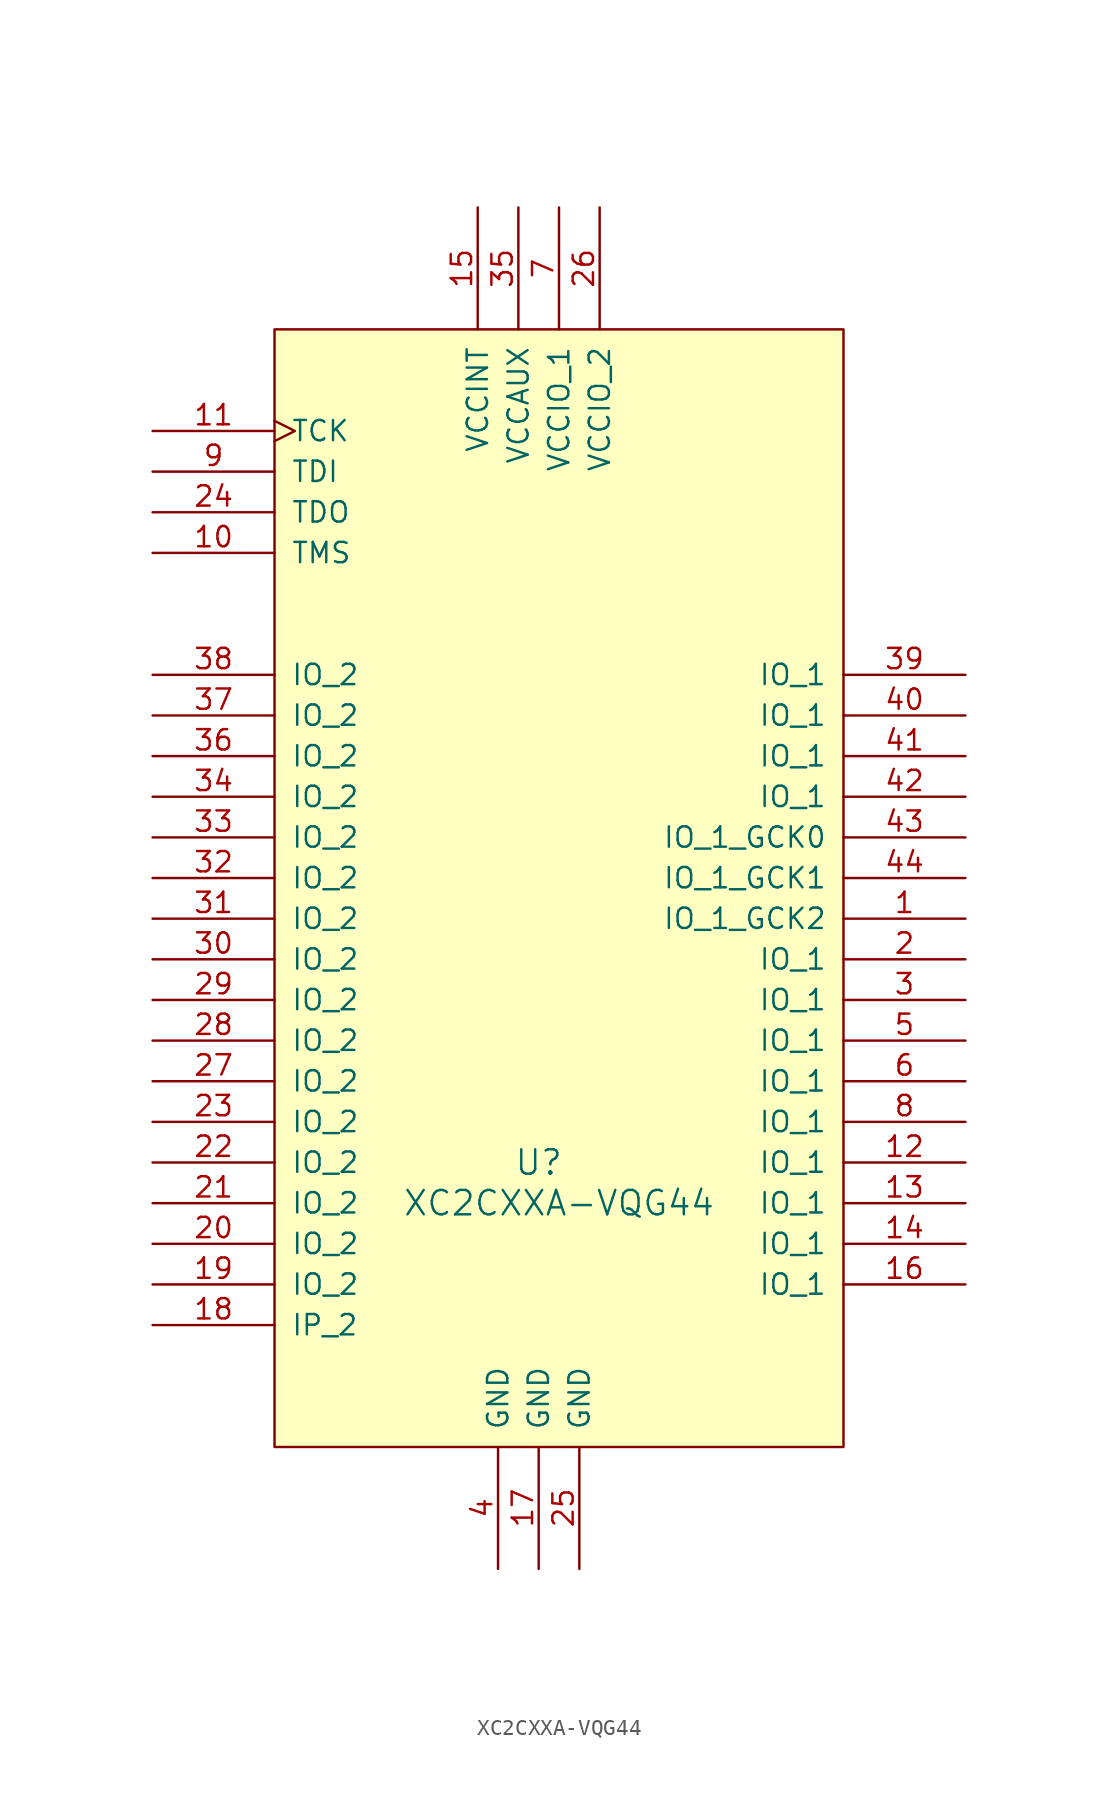
<source format=kicad_sym>
(kicad_symbol_lib
  (version 20211014)
  (generator kicad_symbol_editor)
  (symbol "XC2CXXA-VQG44"
    (pin_names
      (offset 1.016))
    (property "Reference" "U"
      (at 0 -17.78 0)
      (effects (font (size 1.524 1.524))))
    (property "Value" "XC2CXXA-VQG44"
      (at 1.27 -20.32 0)
      (effects (font (size 1.524 1.524))))
    (property "Footprint" ""
      (at 0 0 0)
      (effects (font (size 1.524 1.524))))
    (property "Datasheet" ""
      (at 0 0 0)
      (effects (font (size 1.524 1.524))))
    (symbol "XC2CXXA-VQG44_0_0"
      (rectangle (start -16.51 34.29) (end 19.05 -35.56) (stroke (width 0) (type default) (color 0 0 0 0)) (fill (type background))))
    (symbol "XC2CXXA-VQG44_1_1"
      (pin bidirectional line (at 26.67 -2.54 180) (length 7.62) (name "IO_1_GCK2" (effects (font (size 1.27 1.27)))) (number "1" (effects (font (size 1.27 1.27)))))
      (pin input line (at -24.13 20.32 0) (length 7.62) (name "TMS" (effects (font (size 1.27 1.27)))) (number "10" (effects (font (size 1.27 1.27)))))
      (pin input clock (at -24.13 27.94 0) (length 7.62) (name "TCK" (effects (font (size 1.27 1.27)))) (number "11" (effects (font (size 1.27 1.27)))))
      (pin bidirectional line (at 26.67 -17.78 180) (length 7.62) (name "IO_1" (effects (font (size 1.27 1.27)))) (number "12" (effects (font (size 1.27 1.27)))))
      (pin bidirectional line (at 26.67 -20.32 180) (length 7.62) (name "IO_1" (effects (font (size 1.27 1.27)))) (number "13" (effects (font (size 1.27 1.27)))))
      (pin bidirectional line (at 26.67 -22.86 180) (length 7.62) (name "IO_1" (effects (font (size 1.27 1.27)))) (number "14" (effects (font (size 1.27 1.27)))))
      (pin power_in line (at -3.81 41.91 270) (length 7.62) (name "VCCINT" (effects (font (size 1.27 1.27)))) (number "15" (effects (font (size 1.27 1.27)))))
      (pin bidirectional line (at 26.67 -25.4 180) (length 7.62) (name "IO_1" (effects (font (size 1.27 1.27)))) (number "16" (effects (font (size 1.27 1.27)))))
      (pin power_in line (at 0 -43.18 90) (length 7.62) (name "GND" (effects (font (size 1.27 1.27)))) (number "17" (effects (font (size 1.27 1.27)))))
      (pin input line (at -24.13 -27.94 0) (length 7.62) (name "IP_2" (effects (font (size 1.27 1.27)))) (number "18" (effects (font (size 1.27 1.27)))))
      (pin bidirectional line (at -24.13 -25.4 0) (length 7.62) (name "IO_2" (effects (font (size 1.27 1.27)))) (number "19" (effects (font (size 1.27 1.27)))))
      (pin bidirectional line (at 26.67 -5.08 180) (length 7.62) (name "IO_1" (effects (font (size 1.27 1.27)))) (number "2" (effects (font (size 1.27 1.27)))))
      (pin bidirectional line (at -24.13 -22.86 0) (length 7.62) (name "IO_2" (effects (font (size 1.27 1.27)))) (number "20" (effects (font (size 1.27 1.27)))))
      (pin bidirectional line (at -24.13 -20.32 0) (length 7.62) (name "IO_2" (effects (font (size 1.27 1.27)))) (number "21" (effects (font (size 1.27 1.27)))))
      (pin bidirectional line (at -24.13 -17.78 0) (length 7.62) (name "IO_2" (effects (font (size 1.27 1.27)))) (number "22" (effects (font (size 1.27 1.27)))))
      (pin bidirectional line (at -24.13 -15.24 0) (length 7.62) (name "IO_2" (effects (font (size 1.27 1.27)))) (number "23" (effects (font (size 1.27 1.27)))))
      (pin output line (at -24.13 22.86 0) (length 7.62) (name "TDO" (effects (font (size 1.27 1.27)))) (number "24" (effects (font (size 1.27 1.27)))))
      (pin power_in line (at 2.54 -43.18 90) (length 7.62) (name "GND" (effects (font (size 1.27 1.27)))) (number "25" (effects (font (size 1.27 1.27)))))
      (pin power_in line (at 3.81 41.91 270) (length 7.62) (name "VCCIO_2" (effects (font (size 1.27 1.27)))) (number "26" (effects (font (size 1.27 1.27)))))
      (pin bidirectional line (at -24.13 -12.7 0) (length 7.62) (name "IO_2" (effects (font (size 1.27 1.27)))) (number "27" (effects (font (size 1.27 1.27)))))
      (pin bidirectional line (at -24.13 -10.16 0) (length 7.62) (name "IO_2" (effects (font (size 1.27 1.27)))) (number "28" (effects (font (size 1.27 1.27)))))
      (pin bidirectional line (at -24.13 -7.62 0) (length 7.62) (name "IO_2" (effects (font (size 1.27 1.27)))) (number "29" (effects (font (size 1.27 1.27)))))
      (pin bidirectional line (at 26.67 -7.62 180) (length 7.62) (name "IO_1" (effects (font (size 1.27 1.27)))) (number "3" (effects (font (size 1.27 1.27)))))
      (pin bidirectional line (at -24.13 -5.08 0) (length 7.62) (name "IO_2" (effects (font (size 1.27 1.27)))) (number "30" (effects (font (size 1.27 1.27)))))
      (pin bidirectional line (at -24.13 -2.54 0) (length 7.62) (name "IO_2" (effects (font (size 1.27 1.27)))) (number "31" (effects (font (size 1.27 1.27)))))
      (pin bidirectional line (at -24.13 0 0) (length 7.62) (name "IO_2" (effects (font (size 1.27 1.27)))) (number "32" (effects (font (size 1.27 1.27)))))
      (pin bidirectional line (at -24.13 2.54 0) (length 7.62) (name "IO_2" (effects (font (size 1.27 1.27)))) (number "33" (effects (font (size 1.27 1.27)))))
      (pin bidirectional line (at -24.13 5.08 0) (length 7.62) (name "IO_2" (effects (font (size 1.27 1.27)))) (number "34" (effects (font (size 1.27 1.27)))))
      (pin power_in line (at -1.27 41.91 270) (length 7.62) (name "VCCAUX" (effects (font (size 1.27 1.27)))) (number "35" (effects (font (size 1.27 1.27)))))
      (pin bidirectional line (at -24.13 7.62 0) (length 7.62) (name "IO_2" (effects (font (size 1.27 1.27)))) (number "36" (effects (font (size 1.27 1.27)))))
      (pin bidirectional line (at -24.13 10.16 0) (length 7.62) (name "IO_2" (effects (font (size 1.27 1.27)))) (number "37" (effects (font (size 1.27 1.27)))))
      (pin bidirectional line (at -24.13 12.7 0) (length 7.62) (name "IO_2" (effects (font (size 1.27 1.27)))) (number "38" (effects (font (size 1.27 1.27)))))
      (pin bidirectional line (at 26.67 12.7 180) (length 7.62) (name "IO_1" (effects (font (size 1.27 1.27)))) (number "39" (effects (font (size 1.27 1.27)))))
      (pin power_in line (at -2.54 -43.18 90) (length 7.62) (name "GND" (effects (font (size 1.27 1.27)))) (number "4" (effects (font (size 1.27 1.27)))))
      (pin bidirectional line (at 26.67 10.16 180) (length 7.62) (name "IO_1" (effects (font (size 1.27 1.27)))) (number "40" (effects (font (size 1.27 1.27)))))
      (pin bidirectional line (at 26.67 7.62 180) (length 7.62) (name "IO_1" (effects (font (size 1.27 1.27)))) (number "41" (effects (font (size 1.27 1.27)))))
      (pin bidirectional line (at 26.67 5.08 180) (length 7.62) (name "IO_1" (effects (font (size 1.27 1.27)))) (number "42" (effects (font (size 1.27 1.27)))))
      (pin bidirectional line (at 26.67 2.54 180) (length 7.62) (name "IO_1_GCK0" (effects (font (size 1.27 1.27)))) (number "43" (effects (font (size 1.27 1.27)))))
      (pin bidirectional line (at 26.67 0 180) (length 7.62) (name "IO_1_GCK1" (effects (font (size 1.27 1.27)))) (number "44" (effects (font (size 1.27 1.27)))))
      (pin bidirectional line (at 26.67 -10.16 180) (length 7.62) (name "IO_1" (effects (font (size 1.27 1.27)))) (number "5" (effects (font (size 1.27 1.27)))))
      (pin bidirectional line (at 26.67 -12.7 180) (length 7.62) (name "IO_1" (effects (font (size 1.27 1.27)))) (number "6" (effects (font (size 1.27 1.27)))))
      (pin power_in line (at 1.27 41.91 270) (length 7.62) (name "VCCIO_1" (effects (font (size 1.27 1.27)))) (number "7" (effects (font (size 1.27 1.27)))))
      (pin bidirectional line (at 26.67 -15.24 180) (length 7.62) (name "IO_1" (effects (font (size 1.27 1.27)))) (number "8" (effects (font (size 1.27 1.27)))))
      (pin input line (at -24.13 25.4 0) (length 7.62) (name "TDI" (effects (font (size 1.27 1.27)))) (number "9" (effects (font (size 1.27 1.27))))))))
</source>
